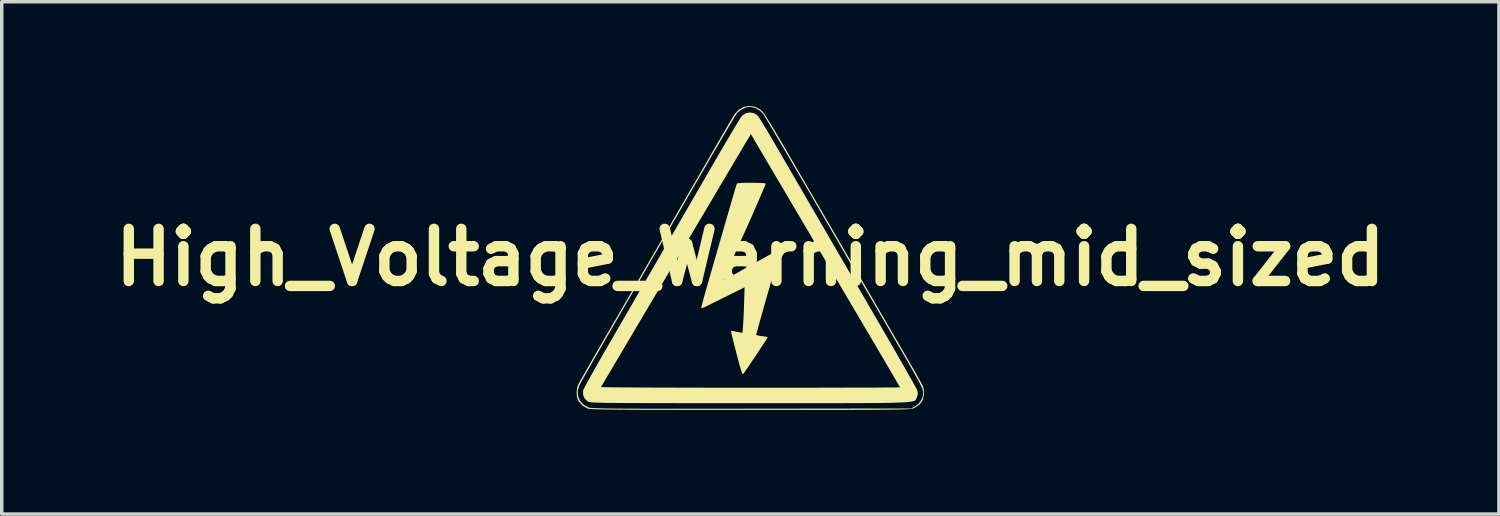
<source format=kicad_pcb>
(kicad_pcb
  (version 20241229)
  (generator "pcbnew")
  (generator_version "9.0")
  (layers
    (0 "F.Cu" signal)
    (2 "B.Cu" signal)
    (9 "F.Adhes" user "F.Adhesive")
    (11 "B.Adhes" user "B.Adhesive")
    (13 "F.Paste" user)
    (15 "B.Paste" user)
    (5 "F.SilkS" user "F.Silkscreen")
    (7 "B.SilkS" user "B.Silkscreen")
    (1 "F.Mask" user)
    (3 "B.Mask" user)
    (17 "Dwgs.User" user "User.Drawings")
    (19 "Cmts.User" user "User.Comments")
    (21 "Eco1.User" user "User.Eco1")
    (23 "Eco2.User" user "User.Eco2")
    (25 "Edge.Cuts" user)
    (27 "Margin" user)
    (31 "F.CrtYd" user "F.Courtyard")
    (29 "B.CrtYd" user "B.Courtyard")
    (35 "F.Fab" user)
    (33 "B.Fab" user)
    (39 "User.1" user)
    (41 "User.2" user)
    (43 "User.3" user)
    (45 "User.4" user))
  (footprint "High_Voltage_Warning_mid_sized"
    (layer "F.Cu")
    (at 18.55 4.36)
    (property "Reference" "High_Voltage_Warning_mid_sized" (at 0 0 0) (layer "F.SilkS") (effects (font (size 1.5 1.5) (thickness 0.3))))
    (attr board_only exclude_from_pos_files exclude_from_bom)
    (fp_poly (pts (xy 0.089 -2.148) (xy 0.215 -2.146) (xy 0.323 -2.142) (xy 0.403 -2.136) (xy 0.442 -2.128) (xy 0.445 -2.125) (xy 0.434 -2.096) (xy 0.404 -2.023) (xy 0.358 -1.915) (xy 0.3 -1.779) (xy 0.232 -1.622) (xy 0.159 -1.454) (xy 0.083 -1.28) (xy 0.008 -1.109) (xy -0.063 -0.949) (xy -0.127 -0.807) (xy -0.179 -0.691) (xy -0.217 -0.608) (xy -0.222 -0.597) (xy -0.255 -0.528) (xy -0.301 -0.425) (xy -0.359 -0.296) (xy -0.424 -0.15) (xy -0.492 0.005) (xy -0.56 0.16) (xy -0.624 0.308) (xy -0.681 0.439) (xy -0.727 0.547) (xy -0.758 0.621) (xy -0.771 0.655) (xy -0.771 0.656) (xy -0.746 0.644) (xy -0.678 0.608) (xy -0.574 0.552) (xy -0.438 0.477) (xy -0.276 0.387) (xy -0.094 0.285) (xy 0.042 0.209) (xy 0.234 0.101) (xy 0.41 0.003) (xy 0.565 -0.083) (xy 0.693 -0.152) (xy 0.787 -0.203) (xy 0.842 -0.232) (xy 0.855 -0.237) (xy 0.85 -0.21) (xy 0.832 -0.137) (xy 0.802 -0.027) (xy 0.764 0.112) (xy 0.719 0.272) (xy 0.708 0.309) (xy 0.647 0.524) (xy 0.582 0.75) (xy 0.517 0.98) (xy 0.452 1.209) (xy 0.389 1.43) (xy 0.331 1.636) (xy 0.279 1.821) (xy 0.235 1.98) (xy 0.201 2.105) (xy 0.177 2.191) (xy 0.167 2.23) (xy 0.167 2.232) (xy 0.192 2.242) (xy 0.257 2.255) (xy 0.333 2.265) (xy 0.421 2.277) (xy 0.482 2.29) (xy 0.5 2.298) (xy 0.485 2.324) (xy 0.445 2.389) (xy 0.384 2.483) (xy 0.307 2.599) (xy 0.221 2.729) (xy 0.131 2.864) (xy 0.041 2.998) (xy -0.042 3.122) (xy -0.114 3.227) (xy -0.169 3.306) (xy -0.202 3.35) (xy -0.206 3.356) (xy -0.22 3.355) (xy -0.239 3.324) (xy -0.264 3.257) (xy -0.297 3.149) (xy -0.339 2.997) (xy -0.387 2.814) (xy -0.442 2.599) (xy -0.485 2.432) (xy -0.517 2.307) (xy -0.537 2.219) (xy -0.548 2.161) (xy -0.55 2.127) (xy -0.544 2.113) (xy -0.532 2.111) (xy -0.513 2.116) (xy -0.497 2.12) (xy -0.423 2.136) (xy -0.335 2.153) (xy -0.329 2.154) (xy -0.227 2.173) (xy -0.212 1.997) (xy -0.206 1.908) (xy -0.199 1.778) (xy -0.191 1.621) (xy -0.184 1.449) (xy -0.181 1.34) (xy -0.165 0.86) (xy -0.617 1.084) (xy -0.776 1.163) (xy -0.931 1.24) (xy -1.069 1.308) (xy -1.178 1.363) (xy -1.233 1.391) (xy -1.318 1.432) (xy -1.381 1.458) (xy -1.409 1.463) (xy -1.411 1.455) (xy -1.409 1.437) (xy -1.403 1.404) (xy -1.391 1.352) (xy -1.372 1.279) (xy -1.345 1.18) (xy -1.309 1.051) (xy -1.263 0.888) (xy -1.206 0.688) (xy -1.136 0.447) (xy -1.054 0.161) (xy -0.957 -0.173) (xy -0.935 -0.25) (xy -0.831 -0.61) (xy -0.741 -0.921) (xy -0.664 -1.186) (xy -0.6 -1.408) (xy -0.547 -1.592) (xy -0.503 -1.741) (xy -0.468 -1.86) (xy -0.442 -1.95) (xy -0.421 -2.017) (xy -0.407 -2.064) (xy -0.397 -2.095) (xy -0.39 -2.114) (xy -0.385 -2.124) (xy -0.382 -2.128) (xy -0.381 -2.129) (xy -0.347 -2.137) (xy -0.271 -2.143) (xy -0.165 -2.147) (xy -0.041 -2.149)) (stroke (width 0) (type solid)) (fill yes) (layer "F.SilkS"))
    (fp_poly (pts (xy 0.1 -4.154) (xy 0.202 -4.091) (xy 0.214 -4.079) (xy 0.243 -4.039) (xy 0.296 -3.957) (xy 0.367 -3.841) (xy 0.454 -3.698) (xy 0.552 -3.533) (xy 0.656 -3.355) (xy 0.668 -3.335) (xy 0.792 -3.121) (xy 0.926 -2.89) (xy 1.062 -2.655) (xy 1.193 -2.431) (xy 1.309 -2.232) (xy 1.37 -2.126) (xy 1.475 -1.946) (xy 1.584 -1.758) (xy 1.689 -1.576) (xy 1.783 -1.414) (xy 1.858 -1.286) (xy 1.862 -1.278) (xy 1.903 -1.208) (xy 1.969 -1.094) (xy 2.059 -0.939) (xy 2.17 -0.748) (xy 2.299 -0.525) (xy 2.446 -0.273) (xy 2.607 0.004) (xy 2.78 0.301) (xy 2.963 0.616) (xy 3.154 0.944) (xy 3.349 1.281) (xy 3.405 1.376) (xy 3.598 1.709) (xy 3.784 2.029) (xy 3.961 2.335) (xy 4.126 2.621) (xy 4.277 2.885) (xy 4.414 3.123) (xy 4.532 3.332) (xy 4.632 3.508) (xy 4.71 3.648) (xy 4.765 3.748) (xy 4.795 3.805) (xy 4.799 3.815) (xy 4.821 3.897) (xy 4.814 3.964) (xy 4.796 4.014) (xy 4.788 4.038) (xy 4.782 4.059) (xy 4.775 4.078) (xy 4.766 4.095) (xy 4.752 4.111) (xy 4.73 4.125) (xy 4.697 4.137) (xy 4.652 4.148) (xy 4.592 4.157) (xy 4.514 4.165) (xy 4.416 4.172) (xy 4.295 4.178) (xy 4.149 4.183) (xy 3.976 4.187) (xy 3.772 4.19) (xy 3.536 4.192) (xy 3.265 4.194) (xy 2.956 4.195) (xy 2.608 4.196) (xy 2.217 4.196) (xy 1.781 4.196) (xy 1.298 4.196) (xy 0.765 4.196) (xy 0.179 4.196) (xy -0.006 4.196) (xy -0.597 4.196) (xy -1.136 4.196) (xy -1.625 4.196) (xy -2.065 4.196) (xy -2.46 4.195) (xy -2.812 4.195) (xy -3.124 4.194) (xy -3.398 4.193) (xy -3.636 4.192) (xy -3.842 4.19) (xy -4.018 4.189) (xy -4.167 4.187) (xy -4.29 4.184) (xy -4.39 4.181) (xy -4.471 4.178) (xy -4.534 4.174) (xy -4.583 4.17) (xy -4.619 4.165) (xy -4.645 4.16) (xy -4.664 4.154) (xy -4.678 4.148) (xy -4.687 4.143) (xy -4.771 4.061) (xy -4.816 3.953) (xy -4.815 3.835) (xy -4.811 3.82) (xy -4.793 3.779) (xy -4.767 3.731) (xy -4.299 3.731) (xy -4.273 3.733) (xy -4.194 3.735) (xy -4.066 3.738) (xy -3.891 3.74) (xy -3.673 3.742) (xy -3.414 3.743) (xy -3.117 3.745) (xy -2.785 3.747) (xy -2.422 3.748) (xy -2.03 3.749) (xy -1.612 3.75) (xy -1.171 3.751) (xy -0.71 3.751) (xy -0.232 3.752) (xy -0.002 3.752) (xy 0.483 3.752) (xy 0.953 3.751) (xy 1.404 3.751) (xy 1.833 3.751) (xy 2.239 3.75) (xy 2.617 3.749) (xy 2.965 3.748) (xy 3.28 3.748) (xy 3.558 3.747) (xy 3.797 3.745) (xy 3.994 3.744) (xy 4.146 3.743) (xy 4.249 3.742) (xy 4.301 3.741) (xy 4.307 3.74) (xy 4.294 3.715) (xy 4.254 3.646) (xy 4.191 3.536) (xy 4.106 3.391) (xy 4.002 3.214) (xy 3.882 3.009) (xy 3.747 2.779) (xy 3.6 2.529) (xy 3.443 2.263) (xy 3.359 2.121) (xy 3.17 1.8) (xy 2.967 1.457) (xy 2.756 1.099) (xy 2.543 0.738) (xy 2.332 0.38) (xy 2.13 0.037) (xy 1.941 -0.282) (xy 1.772 -0.569) (xy 1.674 -0.736) (xy 1.52 -0.997) (xy 1.365 -1.26) (xy 1.213 -1.519) (xy 1.067 -1.765) (xy 0.934 -1.992) (xy 0.815 -2.192) (xy 0.717 -2.359) (xy 0.642 -2.486) (xy 0.641 -2.487) (xy 0.539 -2.66) (xy 0.433 -2.839) (xy 0.333 -3.009) (xy 0.245 -3.158) (xy 0.18 -3.269) (xy 0.015 -3.55) (xy -0.128 -3.311) (xy -0.185 -3.215) (xy -0.265 -3.079) (xy -0.367 -2.907) (xy -0.489 -2.702) (xy -0.629 -2.466) (xy -0.784 -2.204) (xy -0.954 -1.918) (xy -1.135 -1.612) (xy -1.326 -1.289) (xy -1.526 -0.953) (xy -1.731 -0.606) (xy -1.941 -0.251) (xy -2.154 0.107) (xy -2.366 0.466) (xy -2.577 0.822) (xy -2.785 1.172) (xy -2.987 1.514) (xy -3.182 1.843) (xy -3.367 2.156) (xy -3.541 2.45) (xy -3.702 2.722) (xy -3.848 2.969) (xy -3.977 3.187) (xy -4.087 3.373) (xy -4.177 3.523) (xy -4.243 3.636) (xy -4.284 3.706) (xy -4.299 3.731) (xy -4.767 3.731) (xy -4.749 3.695) (xy -4.683 3.574) (xy -4.598 3.421) (xy -4.497 3.242) (xy -4.384 3.041) (xy -4.26 2.825) (xy -4.177 2.681) (xy -4.037 2.44) (xy -3.875 2.16) (xy -3.698 1.853) (xy -3.509 1.528) (xy -3.317 1.195) (xy -3.126 0.864) (xy -2.942 0.546) (xy -2.778 0.264) (xy -2.604 -0.037) (xy -2.409 -0.375) (xy -2.199 -0.738) (xy -1.981 -1.116) (xy -1.761 -1.496) (xy -1.546 -1.867) (xy -1.342 -2.219) (xy -1.157 -2.54) (xy -1.147 -2.557) (xy -0.995 -2.819) (xy -0.849 -3.068) (xy -0.713 -3.3) (xy -0.589 -3.51) (xy -0.48 -3.694) (xy -0.388 -3.847) (xy -0.316 -3.965) (xy -0.266 -4.044) (xy -0.241 -4.078) (xy -0.137 -4.148) (xy -0.019 -4.173)) (stroke (width 0) (type solid)) (fill yes) (layer "F.SilkS"))
    (fp_poly (pts (xy 0.121 -4.34) (xy 0.263 -4.273) (xy 0.358 -4.19) (xy 0.393 -4.143) (xy 0.451 -4.055) (xy 0.529 -3.931) (xy 0.623 -3.779) (xy 0.728 -3.603) (xy 0.841 -3.412) (xy 0.921 -3.277) (xy 1.044 -3.065) (xy 1.188 -2.817) (xy 1.348 -2.542) (xy 1.517 -2.253) (xy 1.687 -1.96) (xy 1.854 -1.674) (xy 2.009 -1.406) (xy 2.027 -1.376) (xy 2.13 -1.199) (xy 2.229 -1.029) (xy 2.326 -0.862) (xy 2.424 -0.694) (xy 2.524 -0.522) (xy 2.629 -0.342) (xy 2.74 -0.15) (xy 2.86 0.056) (xy 2.991 0.28) (xy 3.134 0.527) (xy 3.292 0.799) (xy 3.468 1.101) (xy 3.662 1.435) (xy 3.878 1.806) (xy 4.116 2.217) (xy 4.38 2.671) (xy 4.459 2.807) (xy 4.574 3.005) (xy 4.681 3.191) (xy 4.776 3.358) (xy 4.857 3.502) (xy 4.919 3.614) (xy 4.959 3.69) (xy 4.972 3.717) (xy 4.994 3.813) (xy 4.998 3.936) (xy 4.996 3.961) (xy 4.963 4.105) (xy 4.886 4.22) (xy 4.762 4.312) (xy 4.71 4.338) (xy 4.694 4.345) (xy 4.675 4.351) (xy 4.649 4.356) (xy 4.615 4.361) (xy 4.569 4.366) (xy 4.51 4.37) (xy 4.434 4.373) (xy 4.34 4.376) (xy 4.224 4.379) (xy 4.084 4.381) (xy 3.917 4.383) (xy 3.722 4.384) (xy 3.495 4.386) (xy 3.233 4.387) (xy 2.935 4.388) (xy 2.597 4.388) (xy 2.218 4.389) (xy 1.794 4.389) (xy 1.323 4.389) (xy 0.803 4.389) (xy 0.231 4.389) (xy 0 4.389) (xy -0.599 4.389) (xy -1.144 4.389) (xy -1.639 4.388) (xy -2.086 4.388) (xy -2.487 4.387) (xy -2.845 4.387) (xy -3.163 4.386) (xy -3.442 4.384) (xy -3.685 4.383) (xy -3.894 4.381) (xy -4.073 4.379) (xy -4.224 4.376) (xy -4.349 4.374) (xy -4.45 4.371) (xy -4.53 4.367) (xy -4.592 4.363) (xy -4.637 4.359) (xy -4.67 4.354) (xy -4.691 4.349) (xy -4.696 4.347) (xy -4.839 4.259) (xy -4.944 4.14) (xy -4.963 4.107) (xy -4.992 4.009) (xy -5.001 3.885) (xy -4.996 3.84) (xy -4.968 3.84) (xy -4.96 3.991) (xy -4.905 4.126) (xy -4.804 4.238) (xy -4.662 4.318) (xy -4.651 4.323) (xy -4.629 4.328) (xy -4.593 4.332) (xy -4.54 4.336) (xy -4.468 4.34) (xy -4.373 4.343) (xy -4.255 4.346) (xy -4.11 4.349) (xy -3.936 4.351) (xy -3.731 4.353) (xy -3.491 4.354) (xy -3.216 4.355) (xy -2.903 4.356) (xy -2.548 4.356) (xy -2.151 4.357) (xy -1.707 4.357) (xy -1.216 4.356) (xy -0.674 4.356) (xy -0.08 4.355) (xy 0.042 4.355) (xy 4.627 4.349) (xy 4.738 4.291) (xy 4.841 4.213) (xy 4.921 4.105) (xy 4.968 3.986) (xy 4.974 3.929) (xy 4.974 3.905) (xy 4.974 3.882) (xy 4.973 3.859) (xy 4.967 3.832) (xy 4.957 3.799) (xy 4.941 3.757) (xy 4.917 3.704) (xy 4.883 3.637) (xy 4.839 3.553) (xy 4.783 3.449) (xy 4.712 3.323) (xy 4.627 3.173) (xy 4.525 2.994) (xy 4.404 2.785) (xy 4.264 2.544) (xy 4.103 2.266) (xy 3.92 1.95) (xy 3.712 1.593) (xy 3.478 1.192) (xy 3.334 0.945) (xy 3.208 0.728) (xy 3.082 0.511) (xy 2.962 0.304) (xy 2.851 0.114) (xy 2.756 -0.05) (xy 2.68 -0.181) (xy 2.64 -0.25) (xy 2.452 -0.575) (xy 2.26 -0.906) (xy 2.067 -1.239) (xy 1.874 -1.571) (xy 1.683 -1.899) (xy 1.497 -2.217) (xy 1.318 -2.524) (xy 1.148 -2.815) (xy 0.989 -3.086) (xy 0.843 -3.334) (xy 0.713 -3.556) (xy 0.599 -3.748) (xy 0.506 -3.905) (xy 0.434 -4.026) (xy 0.385 -4.105) (xy 0.364 -4.138) (xy 0.264 -4.232) (xy 0.136 -4.301) (xy 0.002 -4.334) (xy -0.022 -4.335) (xy -0.142 -4.313) (xy -0.265 -4.253) (xy -0.371 -4.167) (xy -0.398 -4.134) (xy -0.422 -4.097) (xy -0.471 -4.016) (xy -0.544 -3.893) (xy -0.639 -3.733) (xy -0.753 -3.539) (xy -0.884 -3.314) (xy -1.031 -3.063) (xy -1.191 -2.788) (xy -1.362 -2.493) (xy -1.543 -2.182) (xy -1.73 -1.858) (xy -1.752 -1.82) (xy -1.966 -1.449) (xy -2.193 -1.058) (xy -2.427 -0.654) (xy -2.664 -0.243) (xy -2.9 0.165) (xy -3.131 0.565) (xy -3.353 0.948) (xy -3.561 1.307) (xy -3.75 1.634) (xy -3.917 1.923) (xy -3.955 1.987) (xy -4.113 2.262) (xy -4.265 2.525) (xy -4.407 2.772) (xy -4.537 2.998) (xy -4.652 3.2) (xy -4.751 3.373) (xy -4.829 3.512) (xy -4.886 3.613) (xy -4.918 3.672) (xy -4.923 3.682) (xy -4.968 3.84) (xy -4.996 3.84) (xy -4.988 3.759) (xy -4.956 3.66) (xy -4.931 3.614) (xy -4.882 3.526) (xy -4.812 3.404) (xy -4.727 3.255) (xy -4.63 3.084) (xy -4.524 2.9) (xy -4.414 2.709) (xy -4.304 2.517) (xy -4.197 2.333) (xy -4.098 2.161) (xy -4.01 2.01) (xy -3.938 1.886) (xy -3.932 1.876) (xy -3.891 1.807) (xy -3.826 1.695) (xy -3.739 1.544) (xy -3.633 1.361) (xy -3.51 1.15) (xy -3.375 0.916) (xy -3.229 0.664) (xy -3.076 0.399) (xy -2.918 0.126) (xy -2.918 0.125) (xy -2.614 -0.4) (xy -2.337 -0.88) (xy -2.085 -1.316) (xy -1.857 -1.71) (xy -1.653 -2.064) (xy -1.469 -2.381) (xy -1.306 -2.663) (xy -1.162 -2.912) (xy -1.036 -3.13) (xy -0.926 -3.32) (xy -0.832 -3.483) (xy -0.751 -3.621) (xy -0.684 -3.737) (xy -0.628 -3.833) (xy -0.582 -3.911) (xy -0.545 -3.973) (xy -0.516 -4.021) (xy -0.494 -4.058) (xy -0.477 -4.086) (xy -0.464 -4.106) (xy -0.453 -4.122) (xy -0.444 -4.134) (xy -0.436 -4.146) (xy -0.433 -4.15) (xy -0.318 -4.265) (xy -0.18 -4.335) (xy -0.03 -4.36)) (stroke (width 0) (type solid)) (fill yes) (layer "F.SilkS")))
  (gr_rect
    (start -3 -3)
    (end 40.1 11.749)
    (stroke (width 0.1) (type default))
    (fill no)
    (layer "Edge.Cuts")))
</source>
